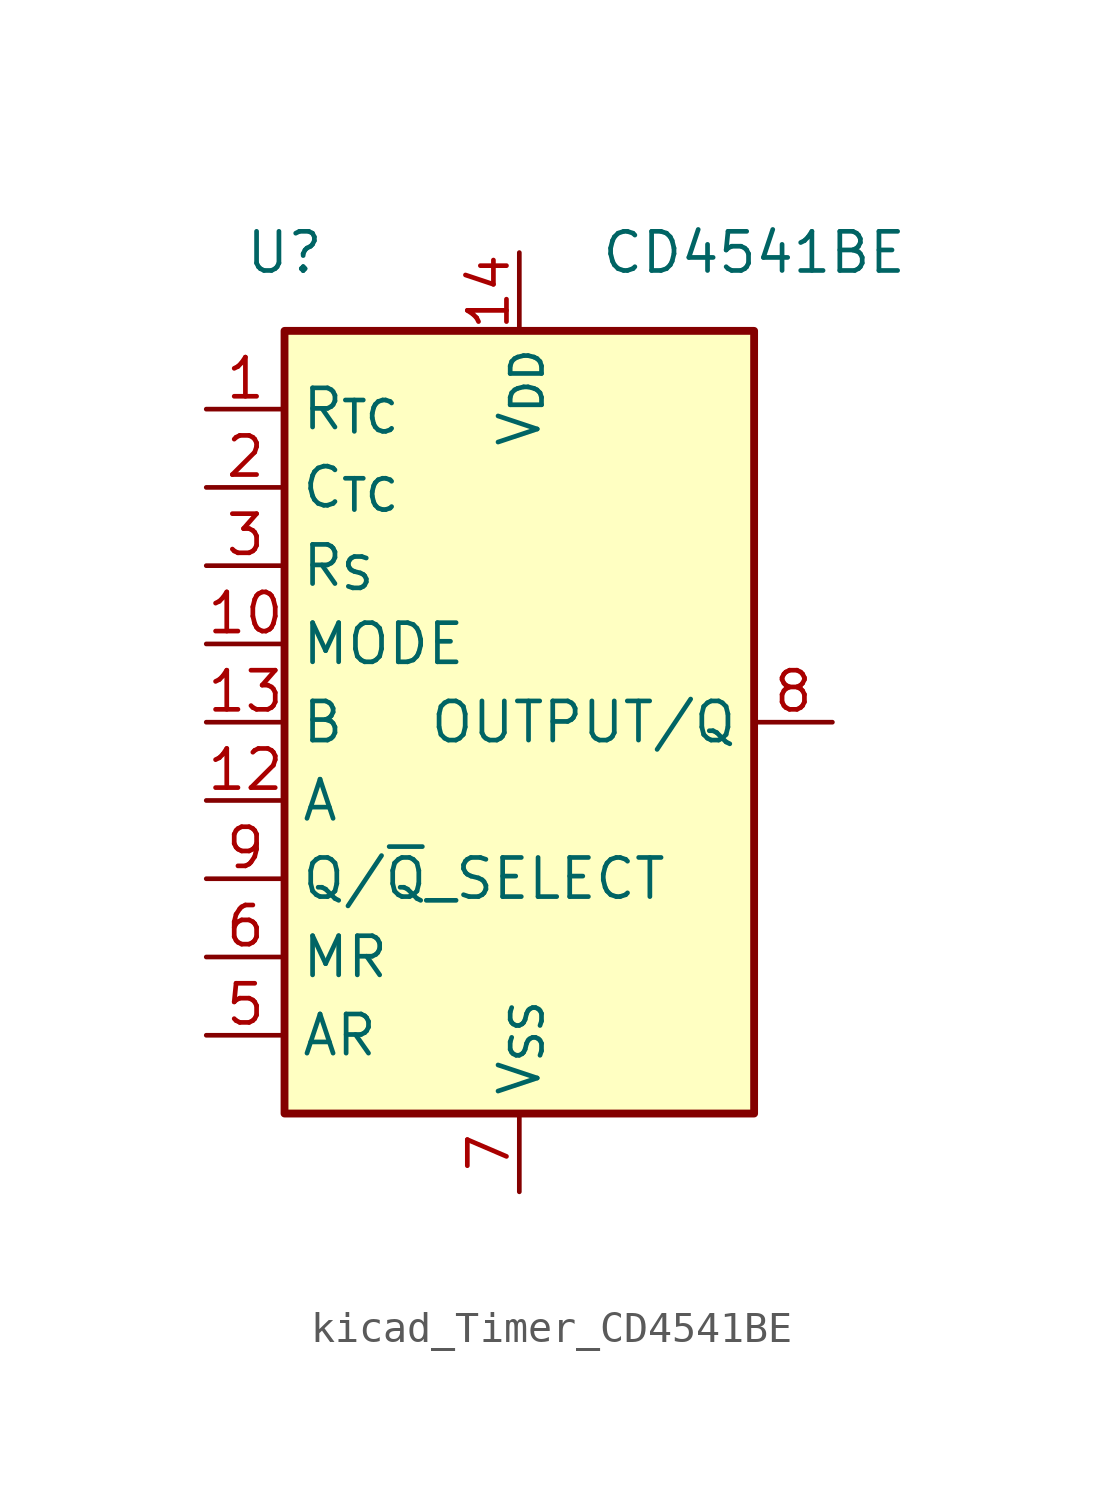
<source format=kicad_sym>
(kicad_symbol_lib
  (version 20220914)
  (generator kicad_symbol_editor)
  (symbol "kicad_Timer_CD4541BE"
    (property "Reference" "U"
      (at -7.62 15.24 0)
      (effects (font (size 1.27 1.27))))
    (property "Value" "CD4541BE"
      (at 7.62 15.24 0)
      (effects (font (size 1.27 1.27))))
    (symbol "kicad_Timer_CD4541BE_0_0"
      (pin input line (at -10.16 10.16 0) (length 2.54) (name "R_{TC}" (effects (font (size 1.27 1.27)))) (number "1" (effects (font (size 1.27 1.27)))))
      (pin input line (at -10.16 2.54 0) (length 2.54) (name "MODE" (effects (font (size 1.27 1.27)))) (number "10" (effects (font (size 1.27 1.27)))))
      (pin no_connect line (at 7.62 -7.62 180) (length 2.54) hide (name "NC" (effects (font (size 1.27 1.27)))) (number "11" (effects (font (size 1.27 1.27)))))
      (pin input line (at -10.16 -2.54 0) (length 2.54) (name "A" (effects (font (size 1.27 1.27)))) (number "12" (effects (font (size 1.27 1.27)))))
      (pin input line (at -10.16 0 0) (length 2.54) (name "B" (effects (font (size 1.27 1.27)))) (number "13" (effects (font (size 1.27 1.27)))))
      (pin power_in line (at 0 15.24 270) (length 2.54) (name "V_{DD}" (effects (font (size 1.27 1.27)))) (number "14" (effects (font (size 1.27 1.27)))))
      (pin input line (at -10.16 7.62 0) (length 2.54) (name "C_{TC}" (effects (font (size 1.27 1.27)))) (number "2" (effects (font (size 1.27 1.27)))))
      (pin input line (at -10.16 5.08 0) (length 2.54) (name "R_{S}" (effects (font (size 1.27 1.27)))) (number "3" (effects (font (size 1.27 1.27)))))
      (pin no_connect line (at 7.62 -5.08 180) (length 2.54) hide (name "NC" (effects (font (size 1.27 1.27)))) (number "4" (effects (font (size 1.27 1.27)))))
      (pin input line (at -10.16 -10.16 0) (length 2.54) (name "AR" (effects (font (size 1.27 1.27)))) (number "5" (effects (font (size 1.27 1.27)))))
      (pin input line (at -10.16 -7.62 0) (length 2.54) (name "MR" (effects (font (size 1.27 1.27)))) (number "6" (effects (font (size 1.27 1.27)))))
      (pin power_in line (at 0 -15.24 90) (length 2.54) (name "V_{SS}" (effects (font (size 1.27 1.27)))) (number "7" (effects (font (size 1.27 1.27)))))
      (pin output line (at 10.16 0 180) (length 2.54) (name "OUTPUT/Q" (effects (font (size 1.27 1.27)))) (number "8" (effects (font (size 1.27 1.27)))))
      (pin input line (at -10.16 -5.08 0) (length 2.54) (name "Q/~{Q}_SELECT" (effects (font (size 1.27 1.27)))) (number "9" (effects (font (size 1.27 1.27))))))
    (symbol "kicad_Timer_CD4541BE_0_1"
      (rectangle (start 7.62 -12.7) (end -7.62 12.7) (stroke (width 0.254) (type default)) (fill (type background))))))
</source>
